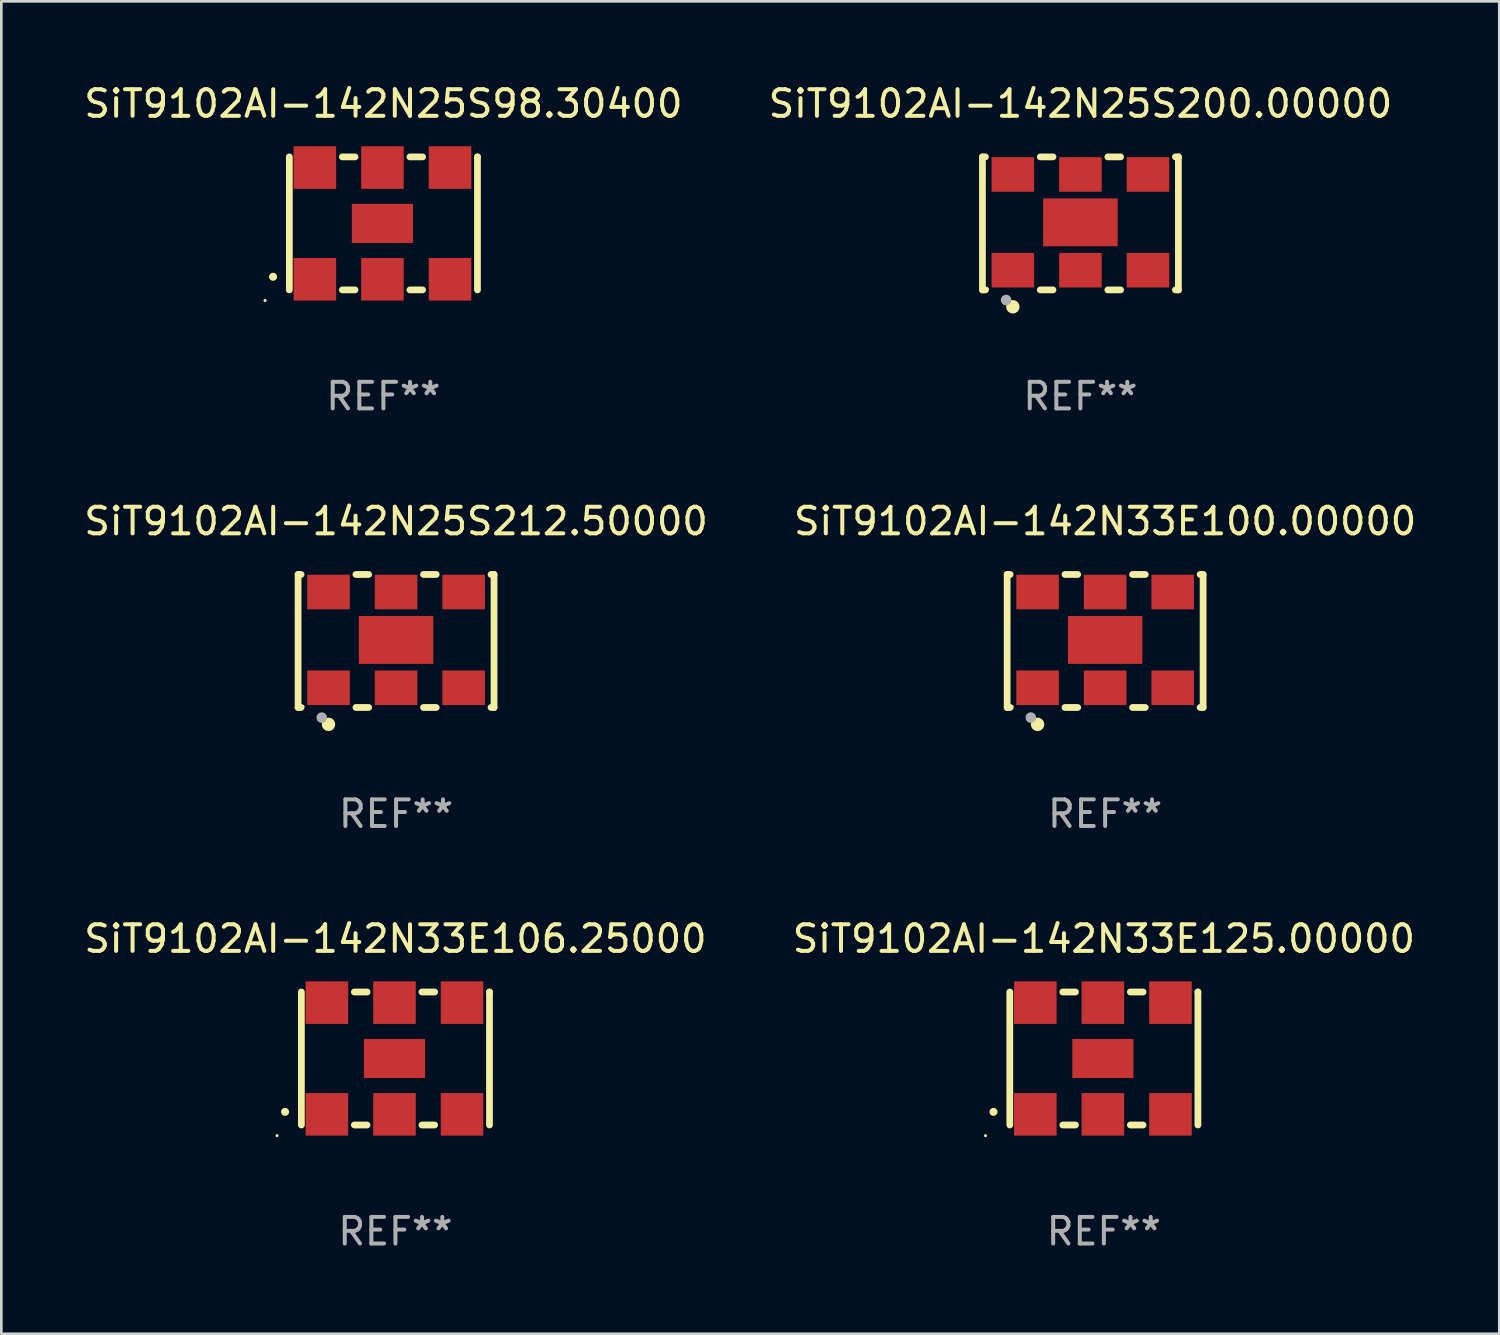
<source format=kicad_pcb>
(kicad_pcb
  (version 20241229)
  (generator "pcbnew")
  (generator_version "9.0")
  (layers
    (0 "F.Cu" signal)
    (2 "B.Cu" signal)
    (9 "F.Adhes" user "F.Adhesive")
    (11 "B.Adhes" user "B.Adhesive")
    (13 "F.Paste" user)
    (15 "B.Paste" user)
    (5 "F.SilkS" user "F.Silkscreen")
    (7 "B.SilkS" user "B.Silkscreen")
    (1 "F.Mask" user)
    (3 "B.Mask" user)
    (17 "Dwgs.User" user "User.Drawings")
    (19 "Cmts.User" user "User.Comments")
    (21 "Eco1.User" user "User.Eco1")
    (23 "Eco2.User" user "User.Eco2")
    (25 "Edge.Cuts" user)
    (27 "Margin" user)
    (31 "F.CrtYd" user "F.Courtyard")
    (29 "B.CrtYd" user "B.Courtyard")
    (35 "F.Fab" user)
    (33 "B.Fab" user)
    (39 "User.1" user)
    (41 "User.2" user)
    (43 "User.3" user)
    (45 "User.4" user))
  (footprint "SiT9102AI-142N25S98.30400"
    (layer "F.Cu")
    (at 11.363 5.348)
    (property "Reference" "SiT9102AI-142N25S98.30400" (at 0 -4.5 0) (layer "F.SilkS") (effects (font (size 1 1) (thickness 0.15))))
    (attr through_hole)
    (fp_line (start -3.536 -2.5) (end -3.536 2.5) (stroke (width 0.254) (type solid)) (layer "F.SilkS"))
    (fp_line (start -1.544 2.5) (end -1.067 2.5) (stroke (width 0.254) (type solid)) (layer "F.SilkS"))
    (fp_line (start -1.067 -2.5) (end -1.544 -2.5) (stroke (width 0.254) (type solid)) (layer "F.SilkS"))
    (fp_line (start 0.996 2.5) (end 1.473 2.5) (stroke (width 0.254) (type solid)) (layer "F.SilkS"))
    (fp_line (start 1.473 -2.5) (end 0.996 -2.5) (stroke (width 0.254) (type solid)) (layer "F.SilkS"))
    (fp_line (start 3.536 -2.5) (end 3.536 -2.5) (stroke (width 0.254) (type solid)) (layer "F.SilkS"))
    (fp_line (start 3.536 2.5) (end 3.536 -2.5) (stroke (width 0.254) (type solid)) (layer "F.SilkS"))
    (fp_arc (start -4.150432 2.006604) (mid -4.149162 2.006599) (end -4.147892 2.006604) (stroke (width 0.3) (type solid)) (layer "F.SilkS"))
    (fp_circle (center -4.449 2.9) (end -4.419 2.9) (stroke (width 0.06) (type solid)) (fill no) (layer "F.SilkS"))
    (fp_text user "REF**" (at 0 6.5 0) (layer "F.Fab") (effects (font (size 1 1) (thickness 0.15))))
    (pad "1" smd rect (at -2.576 2.1) (size 1.6 1.6) (layers "F.Cu" "F.Mask" "F.Paste"))
    (pad "2" smd rect (at -0.036 2.1) (size 1.6 1.6) (layers "F.Cu" "F.Mask" "F.Paste"))
    (pad "3" smd rect (at 2.504 2.1) (size 1.6 1.6) (layers "F.Cu" "F.Mask" "F.Paste"))
    (pad "4" smd rect (at 2.504 -2.1) (size 1.6 1.6) (layers "F.Cu" "F.Mask" "F.Paste"))
    (pad "5" smd rect (at -0.036 -2.1) (size 1.6 1.6) (layers "F.Cu" "F.Mask" "F.Paste"))
    (pad "6" smd rect (at -2.576 -2.1) (size 1.6 1.6) (layers "F.Cu" "F.Mask" "F.Paste"))
    (pad "7" smd rect (at -0.036 0) (size 2.3 1.47) (layers "F.Cu" "F.Mask" "F.Paste")))
  (footprint "SiT9102AI-142N33E100.00000"
    (layer "F.Cu")
    (at 38.494 21.045)
    (property "Reference" "SiT9102AI-142N33E100.00000" (at 0 -4.5 0) (layer "F.SilkS") (effects (font (size 1 1) (thickness 0.15))))
    (attr through_hole)
    (fp_line (start -3.683 -2.5) (end -3.571 -2.5) (stroke (width 0.254) (type solid)) (layer "F.SilkS"))
    (fp_line (start -3.683 2.5) (end -3.683 -2.5) (stroke (width 0.254) (type solid)) (layer "F.SilkS"))
    (fp_line (start -3.683 2.5) (end -3.571 2.5) (stroke (width 0.254) (type solid)) (layer "F.SilkS"))
    (fp_line (start -1.509 -2.5) (end -1.031 -2.5) (stroke (width 0.254) (type solid)) (layer "F.SilkS"))
    (fp_line (start -1.509 2.5) (end -1.031 2.5) (stroke (width 0.254) (type solid)) (layer "F.SilkS"))
    (fp_line (start 1.031 -2.5) (end 1.509 -2.5) (stroke (width 0.254) (type solid)) (layer "F.SilkS"))
    (fp_line (start 1.031 2.5) (end 1.509 2.5) (stroke (width 0.254) (type solid)) (layer "F.SilkS"))
    (fp_line (start 3.571 -2.5) (end 3.683 -2.5) (stroke (width 0.254) (type solid)) (layer "F.SilkS"))
    (fp_line (start 3.571 2.5) (end 3.683 2.5) (stroke (width 0.254) (type solid)) (layer "F.SilkS"))
    (fp_line (start 3.683 2.5) (end 3.683 -2.5) (stroke (width 0.254) (type solid)) (layer "F.SilkS"))
    (fp_circle (center -3.5 2.46) (end -3.47 2.46) (stroke (width 0.06) (type solid)) (fill no) (layer "F.SilkS"))
    (fp_circle (center -2.54 3.135) (end -2.413 3.135) (stroke (width 0.254) (type solid)) (fill no) (layer "F.SilkS"))
    (fp_circle (center -2.794 2.881) (end -2.694 2.881) (stroke (width 0.2) (type solid)) (fill no) (layer "F.Fab"))
    (fp_text user "REF**" (at 0 6.5 0) (layer "F.Fab") (effects (font (size 1 1) (thickness 0.15))))
    (pad "1" smd rect (at -2.54 1.76) (size 1.6 1.3) (layers "F.Cu" "F.Mask" "F.Paste"))
    (pad "2" smd rect (at 0 1.76) (size 1.6 1.3) (layers "F.Cu" "F.Mask" "F.Paste"))
    (pad "3" smd rect (at 2.54 1.76) (size 1.6 1.3) (layers "F.Cu" "F.Mask" "F.Paste"))
    (pad "4" smd rect (at 2.54 -1.84) (size 1.6 1.3) (layers "F.Cu" "F.Mask" "F.Paste"))
    (pad "5" smd rect (at 0 -1.84) (size 1.6 1.3) (layers "F.Cu" "F.Mask" "F.Paste"))
    (pad "6" smd rect (at -2.54 -1.84) (size 1.6 1.3) (layers "F.Cu" "F.Mask" "F.Paste"))
    (pad "7" smd rect (at 0 -0.04) (size 2.8 1.8) (layers "F.Cu" "F.Mask" "F.Paste")))
  (footprint "SiT9102AI-142N33E125.00000"
    (layer "F.Cu")
    (at 38.446 36.741)
    (property "Reference" "SiT9102AI-142N33E125.00000" (at 0 -4.5 0) (layer "F.SilkS") (effects (font (size 1 1) (thickness 0.15))))
    (attr through_hole)
    (fp_line (start -3.536 -2.5) (end -3.536 2.5) (stroke (width 0.254) (type solid)) (layer "F.SilkS"))
    (fp_line (start -1.544 2.5) (end -1.067 2.5) (stroke (width 0.254) (type solid)) (layer "F.SilkS"))
    (fp_line (start -1.067 -2.5) (end -1.544 -2.5) (stroke (width 0.254) (type solid)) (layer "F.SilkS"))
    (fp_line (start 0.996 2.5) (end 1.473 2.5) (stroke (width 0.254) (type solid)) (layer "F.SilkS"))
    (fp_line (start 1.473 -2.5) (end 0.996 -2.5) (stroke (width 0.254) (type solid)) (layer "F.SilkS"))
    (fp_line (start 3.536 -2.5) (end 3.536 -2.5) (stroke (width 0.254) (type solid)) (layer "F.SilkS"))
    (fp_line (start 3.536 2.5) (end 3.536 -2.5) (stroke (width 0.254) (type solid)) (layer "F.SilkS"))
    (fp_arc (start -4.150432 2.006604) (mid -4.149162 2.006599) (end -4.147892 2.006604) (stroke (width 0.3) (type solid)) (layer "F.SilkS"))
    (fp_circle (center -4.449 2.9) (end -4.419 2.9) (stroke (width 0.06) (type solid)) (fill no) (layer "F.SilkS"))
    (fp_text user "REF**" (at 0 6.5 0) (layer "F.Fab") (effects (font (size 1 1) (thickness 0.15))))
    (pad "1" smd rect (at -2.576 2.1) (size 1.6 1.6) (layers "F.Cu" "F.Mask" "F.Paste"))
    (pad "2" smd rect (at -0.036 2.1) (size 1.6 1.6) (layers "F.Cu" "F.Mask" "F.Paste"))
    (pad "3" smd rect (at 2.504 2.1) (size 1.6 1.6) (layers "F.Cu" "F.Mask" "F.Paste"))
    (pad "4" smd rect (at 2.504 -2.1) (size 1.6 1.6) (layers "F.Cu" "F.Mask" "F.Paste"))
    (pad "5" smd rect (at -0.036 -2.1) (size 1.6 1.6) (layers "F.Cu" "F.Mask" "F.Paste"))
    (pad "6" smd rect (at -2.576 -2.1) (size 1.6 1.6) (layers "F.Cu" "F.Mask" "F.Paste"))
    (pad "7" smd rect (at -0.036 0) (size 2.3 1.47) (layers "F.Cu" "F.Mask" "F.Paste")))
  (footprint "SiT9102AI-142N33E106.25000"
    (layer "F.Cu")
    (at 11.815 36.741)
    (property "Reference" "SiT9102AI-142N33E106.25000" (at 0 -4.5 0) (layer "F.SilkS") (effects (font (size 1 1) (thickness 0.15))))
    (attr through_hole)
    (fp_line (start -3.536 -2.5) (end -3.536 2.5) (stroke (width 0.254) (type solid)) (layer "F.SilkS"))
    (fp_line (start -1.544 2.5) (end -1.067 2.5) (stroke (width 0.254) (type solid)) (layer "F.SilkS"))
    (fp_line (start -1.067 -2.5) (end -1.544 -2.5) (stroke (width 0.254) (type solid)) (layer "F.SilkS"))
    (fp_line (start 0.996 2.5) (end 1.473 2.5) (stroke (width 0.254) (type solid)) (layer "F.SilkS"))
    (fp_line (start 1.473 -2.5) (end 0.996 -2.5) (stroke (width 0.254) (type solid)) (layer "F.SilkS"))
    (fp_line (start 3.536 -2.5) (end 3.536 -2.5) (stroke (width 0.254) (type solid)) (layer "F.SilkS"))
    (fp_line (start 3.536 2.5) (end 3.536 -2.5) (stroke (width 0.254) (type solid)) (layer "F.SilkS"))
    (fp_arc (start -4.150432 2.006604) (mid -4.149162 2.006599) (end -4.147892 2.006604) (stroke (width 0.3) (type solid)) (layer "F.SilkS"))
    (fp_circle (center -4.449 2.9) (end -4.419 2.9) (stroke (width 0.06) (type solid)) (fill no) (layer "F.SilkS"))
    (fp_text user "REF**" (at 0 6.5 0) (layer "F.Fab") (effects (font (size 1 1) (thickness 0.15))))
    (pad "1" smd rect (at -2.576 2.1) (size 1.6 1.6) (layers "F.Cu" "F.Mask" "F.Paste"))
    (pad "2" smd rect (at -0.036 2.1) (size 1.6 1.6) (layers "F.Cu" "F.Mask" "F.Paste"))
    (pad "3" smd rect (at 2.504 2.1) (size 1.6 1.6) (layers "F.Cu" "F.Mask" "F.Paste"))
    (pad "4" smd rect (at 2.504 -2.1) (size 1.6 1.6) (layers "F.Cu" "F.Mask" "F.Paste"))
    (pad "5" smd rect (at -0.036 -2.1) (size 1.6 1.6) (layers "F.Cu" "F.Mask" "F.Paste"))
    (pad "6" smd rect (at -2.576 -2.1) (size 1.6 1.6) (layers "F.Cu" "F.Mask" "F.Paste"))
    (pad "7" smd rect (at -0.036 0) (size 2.3 1.47) (layers "F.Cu" "F.Mask" "F.Paste")))
  (footprint "SiT9102AI-142N25S212.50000"
    (layer "F.Cu")
    (at 11.839 21.045)
    (property "Reference" "SiT9102AI-142N25S212.50000" (at 0 -4.5 0) (layer "F.SilkS") (effects (font (size 1 1) (thickness 0.15))))
    (attr through_hole)
    (fp_line (start -3.683 -2.5) (end -3.571 -2.5) (stroke (width 0.254) (type solid)) (layer "F.SilkS"))
    (fp_line (start -3.683 2.5) (end -3.683 -2.5) (stroke (width 0.254) (type solid)) (layer "F.SilkS"))
    (fp_line (start -3.683 2.5) (end -3.571 2.5) (stroke (width 0.254) (type solid)) (layer "F.SilkS"))
    (fp_line (start -1.509 -2.5) (end -1.031 -2.5) (stroke (width 0.254) (type solid)) (layer "F.SilkS"))
    (fp_line (start -1.509 2.5) (end -1.031 2.5) (stroke (width 0.254) (type solid)) (layer "F.SilkS"))
    (fp_line (start 1.031 -2.5) (end 1.509 -2.5) (stroke (width 0.254) (type solid)) (layer "F.SilkS"))
    (fp_line (start 1.031 2.5) (end 1.509 2.5) (stroke (width 0.254) (type solid)) (layer "F.SilkS"))
    (fp_line (start 3.571 -2.5) (end 3.683 -2.5) (stroke (width 0.254) (type solid)) (layer "F.SilkS"))
    (fp_line (start 3.571 2.5) (end 3.683 2.5) (stroke (width 0.254) (type solid)) (layer "F.SilkS"))
    (fp_line (start 3.683 2.5) (end 3.683 -2.5) (stroke (width 0.254) (type solid)) (layer "F.SilkS"))
    (fp_circle (center -3.5 2.46) (end -3.47 2.46) (stroke (width 0.06) (type solid)) (fill no) (layer "F.SilkS"))
    (fp_circle (center -2.54 3.135) (end -2.413 3.135) (stroke (width 0.254) (type solid)) (fill no) (layer "F.SilkS"))
    (fp_circle (center -2.794 2.881) (end -2.694 2.881) (stroke (width 0.2) (type solid)) (fill no) (layer "F.Fab"))
    (fp_text user "REF**" (at 0 6.5 0) (layer "F.Fab") (effects (font (size 1 1) (thickness 0.15))))
    (pad "1" smd rect (at -2.54 1.76) (size 1.6 1.3) (layers "F.Cu" "F.Mask" "F.Paste"))
    (pad "2" smd rect (at 0 1.76) (size 1.6 1.3) (layers "F.Cu" "F.Mask" "F.Paste"))
    (pad "3" smd rect (at 2.54 1.76) (size 1.6 1.3) (layers "F.Cu" "F.Mask" "F.Paste"))
    (pad "4" smd rect (at 2.54 -1.84) (size 1.6 1.3) (layers "F.Cu" "F.Mask" "F.Paste"))
    (pad "5" smd rect (at 0 -1.84) (size 1.6 1.3) (layers "F.Cu" "F.Mask" "F.Paste"))
    (pad "6" smd rect (at -2.54 -1.84) (size 1.6 1.3) (layers "F.Cu" "F.Mask" "F.Paste"))
    (pad "7" smd rect (at 0 -0.04) (size 2.8 1.8) (layers "F.Cu" "F.Mask" "F.Paste")))
  (footprint "SiT9102AI-142N25S200.00000"
    (layer "F.Cu")
    (at 37.565 5.348)
    (property "Reference" "SiT9102AI-142N25S200.00000" (at 0 -4.5 0) (layer "F.SilkS") (effects (font (size 1 1) (thickness 0.15))))
    (attr through_hole)
    (fp_line (start -3.683 -2.5) (end -3.571 -2.5) (stroke (width 0.254) (type solid)) (layer "F.SilkS"))
    (fp_line (start -3.683 2.5) (end -3.683 -2.5) (stroke (width 0.254) (type solid)) (layer "F.SilkS"))
    (fp_line (start -3.683 2.5) (end -3.571 2.5) (stroke (width 0.254) (type solid)) (layer "F.SilkS"))
    (fp_line (start -1.509 -2.5) (end -1.031 -2.5) (stroke (width 0.254) (type solid)) (layer "F.SilkS"))
    (fp_line (start -1.509 2.5) (end -1.031 2.5) (stroke (width 0.254) (type solid)) (layer "F.SilkS"))
    (fp_line (start 1.031 -2.5) (end 1.509 -2.5) (stroke (width 0.254) (type solid)) (layer "F.SilkS"))
    (fp_line (start 1.031 2.5) (end 1.509 2.5) (stroke (width 0.254) (type solid)) (layer "F.SilkS"))
    (fp_line (start 3.571 -2.5) (end 3.683 -2.5) (stroke (width 0.254) (type solid)) (layer "F.SilkS"))
    (fp_line (start 3.571 2.5) (end 3.683 2.5) (stroke (width 0.254) (type solid)) (layer "F.SilkS"))
    (fp_line (start 3.683 2.5) (end 3.683 -2.5) (stroke (width 0.254) (type solid)) (layer "F.SilkS"))
    (fp_circle (center -3.5 2.46) (end -3.47 2.46) (stroke (width 0.06) (type solid)) (fill no) (layer "F.SilkS"))
    (fp_circle (center -2.54 3.135) (end -2.413 3.135) (stroke (width 0.254) (type solid)) (fill no) (layer "F.SilkS"))
    (fp_circle (center -2.794 2.881) (end -2.694 2.881) (stroke (width 0.2) (type solid)) (fill no) (layer "F.Fab"))
    (fp_text user "REF**" (at 0 6.5 0) (layer "F.Fab") (effects (font (size 1 1) (thickness 0.15))))
    (pad "1" smd rect (at -2.54 1.76) (size 1.6 1.3) (layers "F.Cu" "F.Mask" "F.Paste"))
    (pad "2" smd rect (at 0 1.76) (size 1.6 1.3) (layers "F.Cu" "F.Mask" "F.Paste"))
    (pad "3" smd rect (at 2.54 1.76) (size 1.6 1.3) (layers "F.Cu" "F.Mask" "F.Paste"))
    (pad "4" smd rect (at 2.54 -1.84) (size 1.6 1.3) (layers "F.Cu" "F.Mask" "F.Paste"))
    (pad "5" smd rect (at 0 -1.84) (size 1.6 1.3) (layers "F.Cu" "F.Mask" "F.Paste"))
    (pad "6" smd rect (at -2.54 -1.84) (size 1.6 1.3) (layers "F.Cu" "F.Mask" "F.Paste"))
    (pad "7" smd rect (at 0 -0.04) (size 2.8 1.8) (layers "F.Cu" "F.Mask" "F.Paste")))
  (gr_rect
    (start -3 -3)
    (end 53.31 47.09)
    (stroke (width 0.1) (type default))
    (fill no)
    (layer "Edge.Cuts")))
</source>
